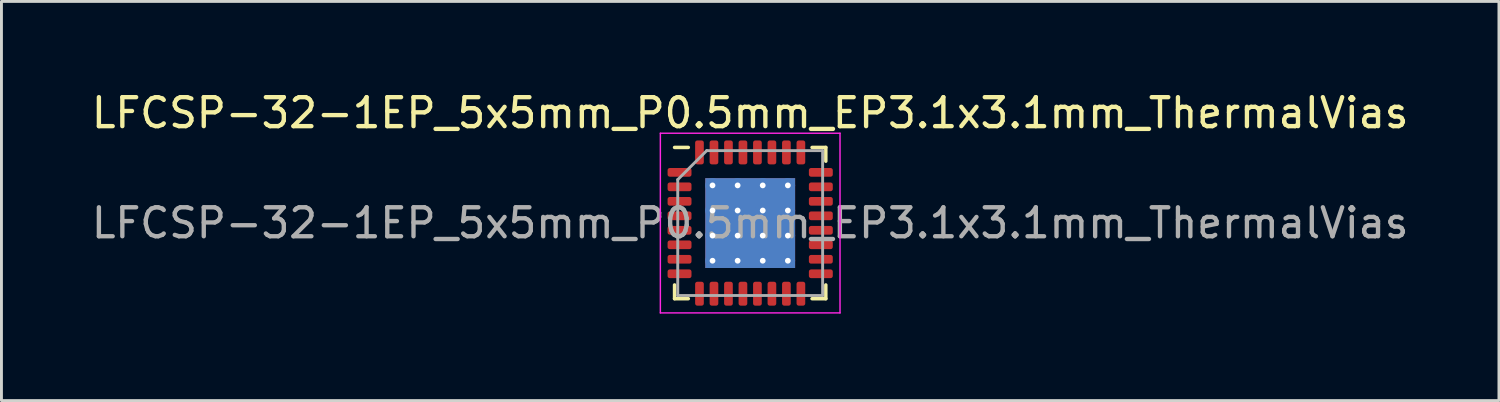
<source format=kicad_pcb>
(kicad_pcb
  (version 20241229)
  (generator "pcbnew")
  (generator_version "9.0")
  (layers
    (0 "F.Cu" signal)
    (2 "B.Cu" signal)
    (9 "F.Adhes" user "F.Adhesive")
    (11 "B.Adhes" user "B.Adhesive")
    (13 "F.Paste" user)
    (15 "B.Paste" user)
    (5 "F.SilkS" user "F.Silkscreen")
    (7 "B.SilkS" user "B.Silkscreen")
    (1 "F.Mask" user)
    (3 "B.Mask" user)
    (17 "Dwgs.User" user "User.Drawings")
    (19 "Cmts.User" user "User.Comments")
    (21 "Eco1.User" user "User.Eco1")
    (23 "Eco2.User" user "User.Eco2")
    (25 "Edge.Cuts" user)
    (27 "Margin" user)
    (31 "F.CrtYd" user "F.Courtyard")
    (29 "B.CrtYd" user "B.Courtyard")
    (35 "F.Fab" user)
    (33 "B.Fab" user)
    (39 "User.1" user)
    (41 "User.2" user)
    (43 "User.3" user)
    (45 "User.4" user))
  (footprint "LFCSP-32-1EP_5x5mm_P0.5mm_EP3.1x3.1mm_ThermalVias"
    (layer "F.Cu")
    (at 22.839 4.648)
    (property "Reference" "LFCSP-32-1EP_5x5mm_P0.5mm_EP3.1x3.1mm_ThermalVias" (at 0 -3.8 0) (layer "F.SilkS") (effects (font (size 1 1) (thickness 0.15))))
    (attr smd)
    (fp_line (start -2.61 2.61) (end -2.61 2.135) (stroke (width 0.12) (type solid)) (layer "F.SilkS"))
    (fp_line (start -2.135 -2.61) (end -2.61 -2.61) (stroke (width 0.12) (type solid)) (layer "F.SilkS"))
    (fp_line (start -2.135 2.61) (end -2.61 2.61) (stroke (width 0.12) (type solid)) (layer "F.SilkS"))
    (fp_line (start 2.135 -2.61) (end 2.61 -2.61) (stroke (width 0.12) (type solid)) (layer "F.SilkS"))
    (fp_line (start 2.135 2.61) (end 2.61 2.61) (stroke (width 0.12) (type solid)) (layer "F.SilkS"))
    (fp_line (start 2.61 -2.61) (end 2.61 -2.135) (stroke (width 0.12) (type solid)) (layer "F.SilkS"))
    (fp_line (start 2.61 2.61) (end 2.61 2.135) (stroke (width 0.12) (type solid)) (layer "F.SilkS"))
    (fp_line (start -3.1 -3.1) (end -3.1 3.1) (stroke (width 0.05) (type solid)) (layer "F.CrtYd"))
    (fp_line (start -3.1 3.1) (end 3.1 3.1) (stroke (width 0.05) (type solid)) (layer "F.CrtYd"))
    (fp_line (start 3.1 -3.1) (end -3.1 -3.1) (stroke (width 0.05) (type solid)) (layer "F.CrtYd"))
    (fp_line (start 3.1 3.1) (end 3.1 -3.1) (stroke (width 0.05) (type solid)) (layer "F.CrtYd"))
    (fp_line (start -2.5 -1.5) (end -1.5 -2.5) (stroke (width 0.1) (type solid)) (layer "F.Fab"))
    (fp_line (start -2.5 2.5) (end -2.5 -1.5) (stroke (width 0.1) (type solid)) (layer "F.Fab"))
    (fp_line (start -1.5 -2.5) (end 2.5 -2.5) (stroke (width 0.1) (type solid)) (layer "F.Fab"))
    (fp_line (start 2.5 -2.5) (end 2.5 2.5) (stroke (width 0.1) (type solid)) (layer "F.Fab"))
    (fp_line (start 2.5 2.5) (end -2.5 2.5) (stroke (width 0.1) (type solid)) (layer "F.Fab"))
    (fp_text user "${REFERENCE}" (at 0 0 0) (layer "F.Fab") (effects (font (size 1 1) (thickness 0.15))))
    (pad "" smd custom (at -0.867 -0.867) (size 0.657 0.657) (layers "F.Paste") (options (anchor circle)) (primitives (gr_poly (pts (xy -0.24 -0.094) (xy -0.094 -0.24) (xy 0.094 -0.24) (xy 0.24 -0.094) (xy 0.24 0.094) (xy 0.094 0.24) (xy -0.094 0.24) (xy -0.24 0.094)) (width 0.353) (fill yes))))
    (pad "" smd custom (at -0.867 0) (size 0.657 0.657) (layers "F.Paste") (options (anchor circle)) (primitives (gr_poly (pts (xy -0.24 -0.094) (xy -0.094 -0.24) (xy 0.094 -0.24) (xy 0.24 -0.094) (xy 0.24 0.094) (xy 0.094 0.24) (xy -0.094 0.24) (xy -0.24 0.094)) (width 0.353) (fill yes))))
    (pad "" smd custom (at -0.867 0.867) (size 0.657 0.657) (layers "F.Paste") (options (anchor circle)) (primitives (gr_poly (pts (xy -0.24 -0.094) (xy -0.094 -0.24) (xy 0.094 -0.24) (xy 0.24 -0.094) (xy 0.24 0.094) (xy 0.094 0.24) (xy -0.094 0.24) (xy -0.24 0.094)) (width 0.353) (fill yes))))
    (pad "" smd custom (at 0 -0.867) (size 0.657 0.657) (layers "F.Paste") (options (anchor circle)) (primitives (gr_poly (pts (xy -0.24 -0.094) (xy -0.094 -0.24) (xy 0.094 -0.24) (xy 0.24 -0.094) (xy 0.24 0.094) (xy 0.094 0.24) (xy -0.094 0.24) (xy -0.24 0.094)) (width 0.353) (fill yes))))
    (pad "" smd custom (at 0 0) (size 0.657 0.657) (layers "F.Paste") (options (anchor circle)) (primitives (gr_poly (pts (xy -0.24 -0.094) (xy -0.094 -0.24) (xy 0.094 -0.24) (xy 0.24 -0.094) (xy 0.24 0.094) (xy 0.094 0.24) (xy -0.094 0.24) (xy -0.24 0.094)) (width 0.353) (fill yes))))
    (pad "" smd custom (at 0 0.867) (size 0.657 0.657) (layers "F.Paste") (options (anchor circle)) (primitives (gr_poly (pts (xy -0.24 -0.094) (xy -0.094 -0.24) (xy 0.094 -0.24) (xy 0.24 -0.094) (xy 0.24 0.094) (xy 0.094 0.24) (xy -0.094 0.24) (xy -0.24 0.094)) (width 0.353) (fill yes))))
    (pad "" smd custom (at 0.867 -0.867) (size 0.657 0.657) (layers "F.Paste") (options (anchor circle)) (primitives (gr_poly (pts (xy -0.24 -0.094) (xy -0.094 -0.24) (xy 0.094 -0.24) (xy 0.24 -0.094) (xy 0.24 0.094) (xy 0.094 0.24) (xy -0.094 0.24) (xy -0.24 0.094)) (width 0.353) (fill yes))))
    (pad "" smd custom (at 0.867 0) (size 0.657 0.657) (layers "F.Paste") (options (anchor circle)) (primitives (gr_poly (pts (xy -0.24 -0.094) (xy -0.094 -0.24) (xy 0.094 -0.24) (xy 0.24 -0.094) (xy 0.24 0.094) (xy 0.094 0.24) (xy -0.094 0.24) (xy -0.24 0.094)) (width 0.353) (fill yes))))
    (pad "" smd custom (at 0.867 0.867) (size 0.657 0.657) (layers "F.Paste") (options (anchor circle)) (primitives (gr_poly (pts (xy -0.24 -0.094) (xy -0.094 -0.24) (xy 0.094 -0.24) (xy 0.24 -0.094) (xy 0.24 0.094) (xy 0.094 0.24) (xy -0.094 0.24) (xy -0.24 0.094)) (width 0.353) (fill yes))))
    (pad "1" smd roundrect (at -2.438 -1.75) (size 0.825 0.3) (layers "F.Cu" "F.Mask" "F.Paste") (roundrect_rratio 0.25))
    (pad "2" smd roundrect (at -2.438 -1.25) (size 0.825 0.3) (layers "F.Cu" "F.Mask" "F.Paste") (roundrect_rratio 0.25))
    (pad "3" smd roundrect (at -2.438 -0.75) (size 0.825 0.3) (layers "F.Cu" "F.Mask" "F.Paste") (roundrect_rratio 0.25))
    (pad "4" smd roundrect (at -2.438 -0.25) (size 0.825 0.3) (layers "F.Cu" "F.Mask" "F.Paste") (roundrect_rratio 0.25))
    (pad "5" smd roundrect (at -2.438 0.25) (size 0.825 0.3) (layers "F.Cu" "F.Mask" "F.Paste") (roundrect_rratio 0.25))
    (pad "6" smd roundrect (at -2.438 0.75) (size 0.825 0.3) (layers "F.Cu" "F.Mask" "F.Paste") (roundrect_rratio 0.25))
    (pad "7" smd roundrect (at -2.438 1.25) (size 0.825 0.3) (layers "F.Cu" "F.Mask" "F.Paste") (roundrect_rratio 0.25))
    (pad "8" smd roundrect (at -2.438 1.75) (size 0.825 0.3) (layers "F.Cu" "F.Mask" "F.Paste") (roundrect_rratio 0.25))
    (pad "9" smd roundrect (at -1.75 2.438) (size 0.3 0.825) (layers "F.Cu" "F.Mask" "F.Paste") (roundrect_rratio 0.25))
    (pad "10" smd roundrect (at -1.25 2.438) (size 0.3 0.825) (layers "F.Cu" "F.Mask" "F.Paste") (roundrect_rratio 0.25))
    (pad "11" smd roundrect (at -0.75 2.438) (size 0.3 0.825) (layers "F.Cu" "F.Mask" "F.Paste") (roundrect_rratio 0.25))
    (pad "12" smd roundrect (at -0.25 2.438) (size 0.3 0.825) (layers "F.Cu" "F.Mask" "F.Paste") (roundrect_rratio 0.25))
    (pad "13" smd roundrect (at 0.25 2.438) (size 0.3 0.825) (layers "F.Cu" "F.Mask" "F.Paste") (roundrect_rratio 0.25))
    (pad "14" smd roundrect (at 0.75 2.438) (size 0.3 0.825) (layers "F.Cu" "F.Mask" "F.Paste") (roundrect_rratio 0.25))
    (pad "15" smd roundrect (at 1.25 2.438) (size 0.3 0.825) (layers "F.Cu" "F.Mask" "F.Paste") (roundrect_rratio 0.25))
    (pad "16" smd roundrect (at 1.75 2.438) (size 0.3 0.825) (layers "F.Cu" "F.Mask" "F.Paste") (roundrect_rratio 0.25))
    (pad "17" smd roundrect (at 2.438 1.75) (size 0.825 0.3) (layers "F.Cu" "F.Mask" "F.Paste") (roundrect_rratio 0.25))
    (pad "18" smd roundrect (at 2.438 1.25) (size 0.825 0.3) (layers "F.Cu" "F.Mask" "F.Paste") (roundrect_rratio 0.25))
    (pad "19" smd roundrect (at 2.438 0.75) (size 0.825 0.3) (layers "F.Cu" "F.Mask" "F.Paste") (roundrect_rratio 0.25))
    (pad "20" smd roundrect (at 2.438 0.25) (size 0.825 0.3) (layers "F.Cu" "F.Mask" "F.Paste") (roundrect_rratio 0.25))
    (pad "21" smd roundrect (at 2.438 -0.25) (size 0.825 0.3) (layers "F.Cu" "F.Mask" "F.Paste") (roundrect_rratio 0.25))
    (pad "22" smd roundrect (at 2.438 -0.75) (size 0.825 0.3) (layers "F.Cu" "F.Mask" "F.Paste") (roundrect_rratio 0.25))
    (pad "23" smd roundrect (at 2.438 -1.25) (size 0.825 0.3) (layers "F.Cu" "F.Mask" "F.Paste") (roundrect_rratio 0.25))
    (pad "24" smd roundrect (at 2.438 -1.75) (size 0.825 0.3) (layers "F.Cu" "F.Mask" "F.Paste") (roundrect_rratio 0.25))
    (pad "25" smd roundrect (at 1.75 -2.438) (size 0.3 0.825) (layers "F.Cu" "F.Mask" "F.Paste") (roundrect_rratio 0.25))
    (pad "26" smd roundrect (at 1.25 -2.438) (size 0.3 0.825) (layers "F.Cu" "F.Mask" "F.Paste") (roundrect_rratio 0.25))
    (pad "27" smd roundrect (at 0.75 -2.438) (size 0.3 0.825) (layers "F.Cu" "F.Mask" "F.Paste") (roundrect_rratio 0.25))
    (pad "28" smd roundrect (at 0.25 -2.438) (size 0.3 0.825) (layers "F.Cu" "F.Mask" "F.Paste") (roundrect_rratio 0.25))
    (pad "29" smd roundrect (at -0.25 -2.438) (size 0.3 0.825) (layers "F.Cu" "F.Mask" "F.Paste") (roundrect_rratio 0.25))
    (pad "30" smd roundrect (at -0.75 -2.438) (size 0.3 0.825) (layers "F.Cu" "F.Mask" "F.Paste") (roundrect_rratio 0.25))
    (pad "31" smd roundrect (at -1.25 -2.438) (size 0.3 0.825) (layers "F.Cu" "F.Mask" "F.Paste") (roundrect_rratio 0.25))
    (pad "32" smd roundrect (at -1.75 -2.438) (size 0.3 0.825) (layers "F.Cu" "F.Mask" "F.Paste") (roundrect_rratio 0.25))
    (pad "33" thru_hole circle (at -1.3 -1.3) (size 0.5 0.5) (drill 0.2) (layers "*.Cu"))
    (pad "33" thru_hole circle (at -1.3 -0.433) (size 0.5 0.5) (drill 0.2) (layers "*.Cu"))
    (pad "33" thru_hole circle (at -1.3 0.433) (size 0.5 0.5) (drill 0.2) (layers "*.Cu"))
    (pad "33" thru_hole circle (at -1.3 1.3) (size 0.5 0.5) (drill 0.2) (layers "*.Cu"))
    (pad "33" thru_hole circle (at -0.433 -1.3) (size 0.5 0.5) (drill 0.2) (layers "*.Cu"))
    (pad "33" thru_hole circle (at -0.433 -0.433) (size 0.5 0.5) (drill 0.2) (layers "*.Cu"))
    (pad "33" thru_hole circle (at -0.433 0.433) (size 0.5 0.5) (drill 0.2) (layers "*.Cu"))
    (pad "33" thru_hole circle (at -0.433 1.3) (size 0.5 0.5) (drill 0.2) (layers "*.Cu"))
    (pad "33" smd rect (at 0 0) (size 3.1 3.1) (layers "F.Cu" "F.Mask"))
    (pad "33" smd rect (at 0 0) (size 3.1 3.1) (layers "B.Cu"))
    (pad "33" thru_hole circle (at 0.433 -1.3) (size 0.5 0.5) (drill 0.2) (layers "*.Cu"))
    (pad "33" thru_hole circle (at 0.433 -0.433) (size 0.5 0.5) (drill 0.2) (layers "*.Cu"))
    (pad "33" thru_hole circle (at 0.433 0.433) (size 0.5 0.5) (drill 0.2) (layers "*.Cu"))
    (pad "33" thru_hole circle (at 0.433 1.3) (size 0.5 0.5) (drill 0.2) (layers "*.Cu"))
    (pad "33" thru_hole circle (at 1.3 -1.3) (size 0.5 0.5) (drill 0.2) (layers "*.Cu"))
    (pad "33" thru_hole circle (at 1.3 -0.433) (size 0.5 0.5) (drill 0.2) (layers "*.Cu"))
    (pad "33" thru_hole circle (at 1.3 0.433) (size 0.5 0.5) (drill 0.2) (layers "*.Cu"))
    (pad "33" thru_hole circle (at 1.3 1.3) (size 0.5 0.5) (drill 0.2) (layers "*.Cu")))
  (gr_rect
    (start -3 -3)
    (end 48.679 10.773)
    (stroke (width 0.1) (type default))
    (fill no)
    (layer "Edge.Cuts")))
</source>
